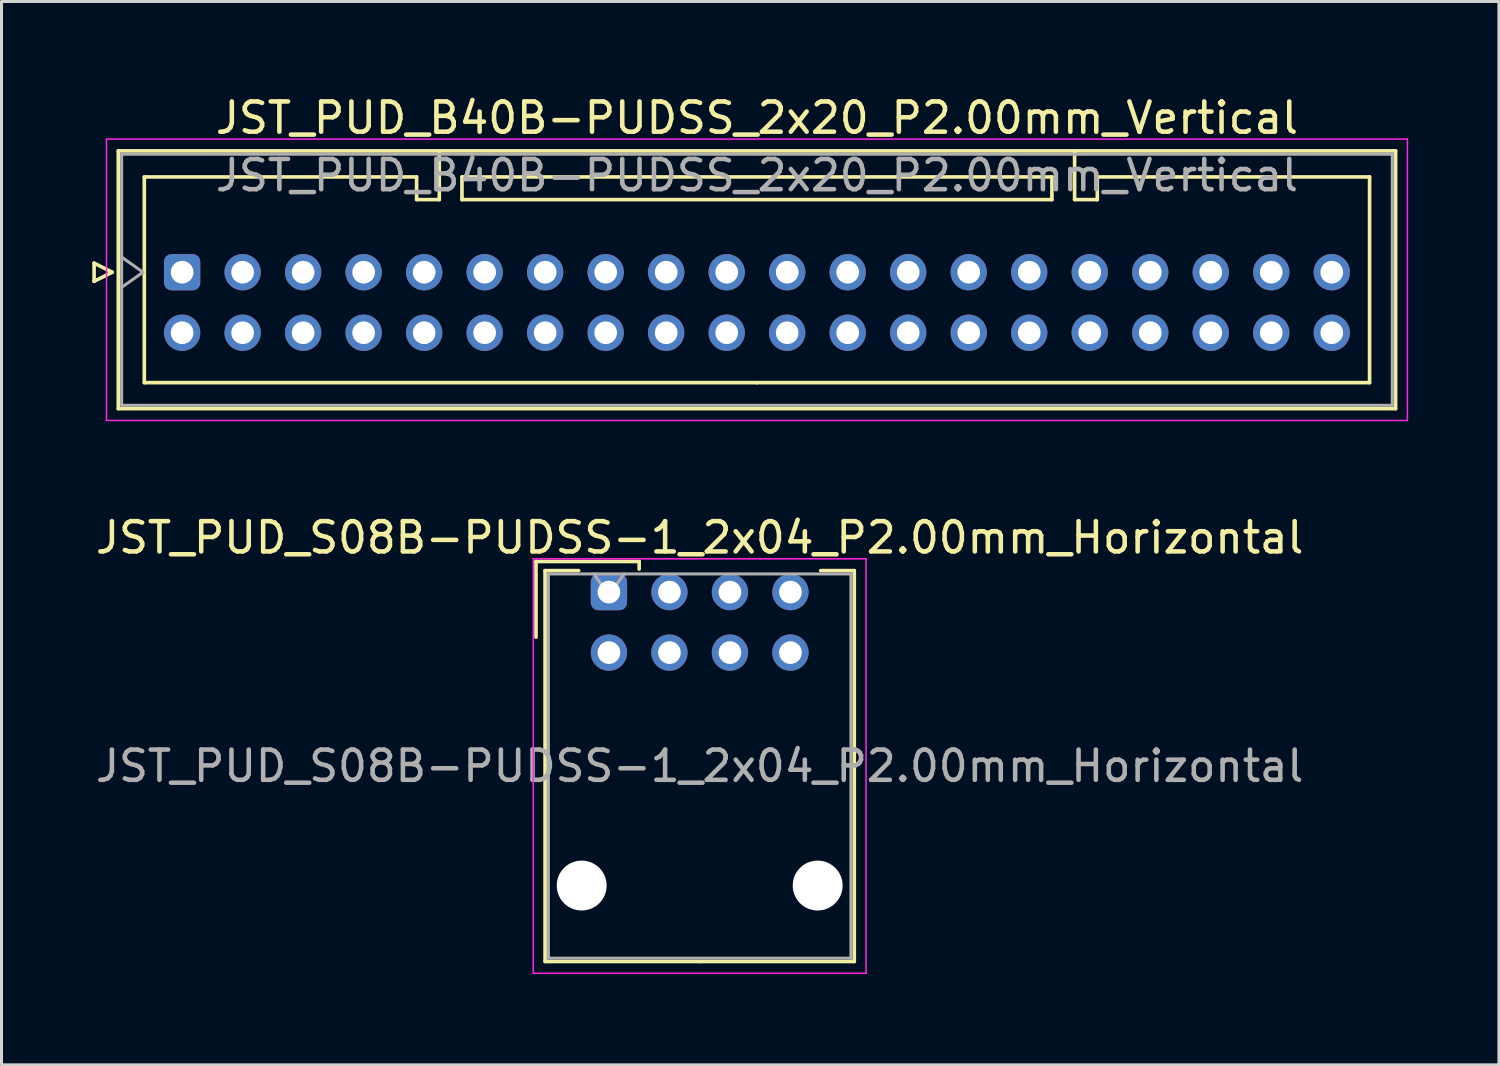
<source format=kicad_pcb>
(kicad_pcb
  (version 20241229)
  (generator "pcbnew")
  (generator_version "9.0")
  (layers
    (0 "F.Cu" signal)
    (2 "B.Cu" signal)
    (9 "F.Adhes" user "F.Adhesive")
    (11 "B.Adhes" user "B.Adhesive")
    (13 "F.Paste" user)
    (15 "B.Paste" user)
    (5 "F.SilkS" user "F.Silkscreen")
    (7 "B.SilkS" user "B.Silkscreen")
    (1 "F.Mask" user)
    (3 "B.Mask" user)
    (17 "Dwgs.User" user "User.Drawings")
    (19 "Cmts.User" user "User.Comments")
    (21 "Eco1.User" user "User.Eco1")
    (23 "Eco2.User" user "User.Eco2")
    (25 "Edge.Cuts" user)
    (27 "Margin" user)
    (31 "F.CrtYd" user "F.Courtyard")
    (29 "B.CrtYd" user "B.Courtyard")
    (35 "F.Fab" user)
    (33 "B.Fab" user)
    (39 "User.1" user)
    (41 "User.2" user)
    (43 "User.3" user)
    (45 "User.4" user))
  (footprint "JST_PUD_B40B-PUDSS_2x20_P2.00mm_Vertical"
    (layer "F.Cu")
    (at 2.97 5.948)
    (property "Reference" "JST_PUD_B40B-PUDSS_2x20_P2.00mm_Vertical" (at 19 -5.1 0) (layer "F.SilkS") (effects (font (size 1 1) (thickness 0.15))))
    (attr through_hole)
    (fp_line (start -2.91 -0.3) (end -2.31 0) (stroke (width 0.12) (type solid)) (layer "F.SilkS"))
    (fp_line (start -2.91 0.3) (end -2.91 -0.3) (stroke (width 0.12) (type solid)) (layer "F.SilkS"))
    (fp_line (start -2.31 0) (end -2.91 0.3) (stroke (width 0.12) (type solid)) (layer "F.SilkS"))
    (fp_line (start -2.11 -4.01) (end -2.11 4.51) (stroke (width 0.12) (type solid)) (layer "F.SilkS"))
    (fp_line (start -2.11 4.51) (end 40.11 4.51) (stroke (width 0.12) (type solid)) (layer "F.SilkS"))
    (fp_line (start -1.25 -3.15) (end -1.25 3.65) (stroke (width 0.12) (type solid)) (layer "F.SilkS"))
    (fp_line (start -1.25 3.65) (end 19 3.65) (stroke (width 0.12) (type solid)) (layer "F.SilkS"))
    (fp_line (start 7.75 -3.15) (end -1.25 -3.15) (stroke (width 0.12) (type solid)) (layer "F.SilkS"))
    (fp_line (start 7.75 -2.4) (end 7.75 -3.15) (stroke (width 0.12) (type solid)) (layer "F.SilkS"))
    (fp_line (start 8.5 -4.01) (end 8.5 -2.4) (stroke (width 0.12) (type solid)) (layer "F.SilkS"))
    (fp_line (start 8.5 -2.4) (end 7.75 -2.4) (stroke (width 0.12) (type solid)) (layer "F.SilkS"))
    (fp_line (start 9.25 -3.15) (end 9.25 -2.4) (stroke (width 0.12) (type solid)) (layer "F.SilkS"))
    (fp_line (start 9.25 -2.4) (end 28.75 -2.4) (stroke (width 0.12) (type solid)) (layer "F.SilkS"))
    (fp_line (start 28.75 -3.15) (end 9.25 -3.15) (stroke (width 0.12) (type solid)) (layer "F.SilkS"))
    (fp_line (start 28.75 -2.4) (end 28.75 -3.15) (stroke (width 0.12) (type solid)) (layer "F.SilkS"))
    (fp_line (start 29.5 -4.01) (end 29.5 -2.4) (stroke (width 0.12) (type solid)) (layer "F.SilkS"))
    (fp_line (start 29.5 -2.4) (end 30.25 -2.4) (stroke (width 0.12) (type solid)) (layer "F.SilkS"))
    (fp_line (start 30.25 -3.15) (end 39.25 -3.15) (stroke (width 0.12) (type solid)) (layer "F.SilkS"))
    (fp_line (start 30.25 -2.4) (end 30.25 -3.15) (stroke (width 0.12) (type solid)) (layer "F.SilkS"))
    (fp_line (start 39.25 -3.15) (end 39.25 3.65) (stroke (width 0.12) (type solid)) (layer "F.SilkS"))
    (fp_line (start 39.25 3.65) (end 19 3.65) (stroke (width 0.12) (type solid)) (layer "F.SilkS"))
    (fp_line (start 40.11 -4.01) (end -2.11 -4.01) (stroke (width 0.12) (type solid)) (layer "F.SilkS"))
    (fp_line (start 40.11 4.51) (end 40.11 -4.01) (stroke (width 0.12) (type solid)) (layer "F.SilkS"))
    (fp_line (start -2.5 -4.4) (end -2.5 4.9) (stroke (width 0.05) (type solid)) (layer "F.CrtYd"))
    (fp_line (start -2.5 4.9) (end 40.5 4.9) (stroke (width 0.05) (type solid)) (layer "F.CrtYd"))
    (fp_line (start 40.5 -4.4) (end -2.5 -4.4) (stroke (width 0.05) (type solid)) (layer "F.CrtYd"))
    (fp_line (start 40.5 4.9) (end 40.5 -4.4) (stroke (width 0.05) (type solid)) (layer "F.CrtYd"))
    (fp_line (start -2 -3.9) (end -2 4.4) (stroke (width 0.1) (type solid)) (layer "F.Fab"))
    (fp_line (start -2 0.5) (end -1.293 0) (stroke (width 0.1) (type solid)) (layer "F.Fab"))
    (fp_line (start -2 4.4) (end 40 4.4) (stroke (width 0.1) (type solid)) (layer "F.Fab"))
    (fp_line (start -1.293 0) (end -2 -0.5) (stroke (width 0.1) (type solid)) (layer "F.Fab"))
    (fp_line (start 40 -3.9) (end -2 -3.9) (stroke (width 0.1) (type solid)) (layer "F.Fab"))
    (fp_line (start 40 4.4) (end 40 -3.9) (stroke (width 0.1) (type solid)) (layer "F.Fab"))
    (fp_text user "${REFERENCE}" (at 19 -3.2 0) (layer "F.Fab") (effects (font (size 1 1) (thickness 0.15))))
    (pad "1" thru_hole roundrect (at 0 0) (size 1.2 1.2) (drill 0.75) (layers "*.Cu" "*.Mask") (roundrect_rratio 0.208))
    (pad "2" thru_hole circle (at 0 2) (size 1.2 1.2) (drill 0.75) (layers "*.Cu" "*.Mask"))
    (pad "3" thru_hole circle (at 2 0) (size 1.2 1.2) (drill 0.75) (layers "*.Cu" "*.Mask"))
    (pad "4" thru_hole circle (at 2 2) (size 1.2 1.2) (drill 0.75) (layers "*.Cu" "*.Mask"))
    (pad "5" thru_hole circle (at 4 0) (size 1.2 1.2) (drill 0.75) (layers "*.Cu" "*.Mask"))
    (pad "6" thru_hole circle (at 4 2) (size 1.2 1.2) (drill 0.75) (layers "*.Cu" "*.Mask"))
    (pad "7" thru_hole circle (at 6 0) (size 1.2 1.2) (drill 0.75) (layers "*.Cu" "*.Mask"))
    (pad "8" thru_hole circle (at 6 2) (size 1.2 1.2) (drill 0.75) (layers "*.Cu" "*.Mask"))
    (pad "9" thru_hole circle (at 8 0) (size 1.2 1.2) (drill 0.75) (layers "*.Cu" "*.Mask"))
    (pad "10" thru_hole circle (at 8 2) (size 1.2 1.2) (drill 0.75) (layers "*.Cu" "*.Mask"))
    (pad "11" thru_hole circle (at 10 0) (size 1.2 1.2) (drill 0.75) (layers "*.Cu" "*.Mask"))
    (pad "12" thru_hole circle (at 10 2) (size 1.2 1.2) (drill 0.75) (layers "*.Cu" "*.Mask"))
    (pad "13" thru_hole circle (at 12 0) (size 1.2 1.2) (drill 0.75) (layers "*.Cu" "*.Mask"))
    (pad "14" thru_hole circle (at 12 2) (size 1.2 1.2) (drill 0.75) (layers "*.Cu" "*.Mask"))
    (pad "15" thru_hole circle (at 14 0) (size 1.2 1.2) (drill 0.75) (layers "*.Cu" "*.Mask"))
    (pad "16" thru_hole circle (at 14 2) (size 1.2 1.2) (drill 0.75) (layers "*.Cu" "*.Mask"))
    (pad "17" thru_hole circle (at 16 0) (size 1.2 1.2) (drill 0.75) (layers "*.Cu" "*.Mask"))
    (pad "18" thru_hole circle (at 16 2) (size 1.2 1.2) (drill 0.75) (layers "*.Cu" "*.Mask"))
    (pad "19" thru_hole circle (at 18 0) (size 1.2 1.2) (drill 0.75) (layers "*.Cu" "*.Mask"))
    (pad "20" thru_hole circle (at 18 2) (size 1.2 1.2) (drill 0.75) (layers "*.Cu" "*.Mask"))
    (pad "21" thru_hole circle (at 20 0) (size 1.2 1.2) (drill 0.75) (layers "*.Cu" "*.Mask"))
    (pad "22" thru_hole circle (at 20 2) (size 1.2 1.2) (drill 0.75) (layers "*.Cu" "*.Mask"))
    (pad "23" thru_hole circle (at 22 0) (size 1.2 1.2) (drill 0.75) (layers "*.Cu" "*.Mask"))
    (pad "24" thru_hole circle (at 22 2) (size 1.2 1.2) (drill 0.75) (layers "*.Cu" "*.Mask"))
    (pad "25" thru_hole circle (at 24 0) (size 1.2 1.2) (drill 0.75) (layers "*.Cu" "*.Mask"))
    (pad "26" thru_hole circle (at 24 2) (size 1.2 1.2) (drill 0.75) (layers "*.Cu" "*.Mask"))
    (pad "27" thru_hole circle (at 26 0) (size 1.2 1.2) (drill 0.75) (layers "*.Cu" "*.Mask"))
    (pad "28" thru_hole circle (at 26 2) (size 1.2 1.2) (drill 0.75) (layers "*.Cu" "*.Mask"))
    (pad "29" thru_hole circle (at 28 0) (size 1.2 1.2) (drill 0.75) (layers "*.Cu" "*.Mask"))
    (pad "30" thru_hole circle (at 28 2) (size 1.2 1.2) (drill 0.75) (layers "*.Cu" "*.Mask"))
    (pad "31" thru_hole circle (at 30 0) (size 1.2 1.2) (drill 0.75) (layers "*.Cu" "*.Mask"))
    (pad "32" thru_hole circle (at 30 2) (size 1.2 1.2) (drill 0.75) (layers "*.Cu" "*.Mask"))
    (pad "33" thru_hole circle (at 32 0) (size 1.2 1.2) (drill 0.75) (layers "*.Cu" "*.Mask"))
    (pad "34" thru_hole circle (at 32 2) (size 1.2 1.2) (drill 0.75) (layers "*.Cu" "*.Mask"))
    (pad "35" thru_hole circle (at 34 0) (size 1.2 1.2) (drill 0.75) (layers "*.Cu" "*.Mask"))
    (pad "36" thru_hole circle (at 34 2) (size 1.2 1.2) (drill 0.75) (layers "*.Cu" "*.Mask"))
    (pad "37" thru_hole circle (at 36 0) (size 1.2 1.2) (drill 0.75) (layers "*.Cu" "*.Mask"))
    (pad "38" thru_hole circle (at 36 2) (size 1.2 1.2) (drill 0.75) (layers "*.Cu" "*.Mask"))
    (pad "39" thru_hole circle (at 38 0) (size 1.2 1.2) (drill 0.75) (layers "*.Cu" "*.Mask"))
    (pad "40" thru_hole circle (at 38 2) (size 1.2 1.2) (drill 0.75) (layers "*.Cu" "*.Mask")))
  (footprint "JST_PUD_S08B-PUDSS-1_2x04_P2.00mm_Horizontal"
    (layer "F.Cu")
    (at 17.077 16.521)
    (property "Reference" "JST_PUD_S08B-PUDSS-1_2x04_P2.00mm_Horizontal" (at 3 -1.8 0) (layer "F.SilkS") (effects (font (size 1 1) (thickness 0.15))))
    (attr through_hole)
    (fp_line (start -2.41 -1.01) (end -2.41 1.49) (stroke (width 0.12) (type solid)) (layer "F.SilkS"))
    (fp_line (start -2.11 -0.71) (end -2.11 12.21) (stroke (width 0.12) (type solid)) (layer "F.SilkS"))
    (fp_line (start -2.11 12.21) (end 3 12.21) (stroke (width 0.12) (type solid)) (layer "F.SilkS"))
    (fp_line (start -1 -0.71) (end -2.11 -0.71) (stroke (width 0.12) (type solid)) (layer "F.SilkS"))
    (fp_line (start 1 -1.01) (end -2.41 -1.01) (stroke (width 0.12) (type solid)) (layer "F.SilkS"))
    (fp_line (start 1 -0.76) (end 1 -1.01) (stroke (width 0.12) (type solid)) (layer "F.SilkS"))
    (fp_line (start 7 -0.71) (end 8.11 -0.71) (stroke (width 0.12) (type solid)) (layer "F.SilkS"))
    (fp_line (start 8.11 -0.71) (end 8.11 12.21) (stroke (width 0.12) (type solid)) (layer "F.SilkS"))
    (fp_line (start 8.11 12.21) (end 3 12.21) (stroke (width 0.12) (type solid)) (layer "F.SilkS"))
    (fp_line (start -2.5 -1.1) (end -2.5 12.6) (stroke (width 0.05) (type solid)) (layer "F.CrtYd"))
    (fp_line (start -2.5 12.6) (end 8.5 12.6) (stroke (width 0.05) (type solid)) (layer "F.CrtYd"))
    (fp_line (start 8.5 -1.1) (end -2.5 -1.1) (stroke (width 0.05) (type solid)) (layer "F.CrtYd"))
    (fp_line (start 8.5 12.6) (end 8.5 -1.1) (stroke (width 0.05) (type solid)) (layer "F.CrtYd"))
    (fp_line (start -2 -0.6) (end -2 12.1) (stroke (width 0.1) (type solid)) (layer "F.Fab"))
    (fp_line (start -2 12.1) (end 8 12.1) (stroke (width 0.1) (type solid)) (layer "F.Fab"))
    (fp_line (start 0 0.107) (end -0.5 -0.6) (stroke (width 0.1) (type solid)) (layer "F.Fab"))
    (fp_line (start 0.5 -0.6) (end 0 0.107) (stroke (width 0.1) (type solid)) (layer "F.Fab"))
    (fp_line (start 8 -0.6) (end -2 -0.6) (stroke (width 0.1) (type solid)) (layer "F.Fab"))
    (fp_line (start 8 12.1) (end 8 -0.6) (stroke (width 0.1) (type solid)) (layer "F.Fab"))
    (fp_text user "${REFERENCE}" (at 3 5.75 0) (layer "F.Fab") (effects (font (size 1 1) (thickness 0.15))))
    (pad "" np_thru_hole circle (at -0.9 9.7) (size 1.65 1.65) (drill 1.65) (layers "*.Cu" "*.Mask"))
    (pad "" np_thru_hole circle (at 6.9 9.7) (size 1.65 1.65) (drill 1.65) (layers "*.Cu" "*.Mask"))
    (pad "1" thru_hole roundrect (at 0 0) (size 1.2 1.2) (drill 0.75) (layers "*.Cu" "*.Mask") (roundrect_rratio 0.208))
    (pad "2" thru_hole circle (at 0 2) (size 1.2 1.2) (drill 0.75) (layers "*.Cu" "*.Mask"))
    (pad "3" thru_hole circle (at 2 0) (size 1.2 1.2) (drill 0.75) (layers "*.Cu" "*.Mask"))
    (pad "4" thru_hole circle (at 2 2) (size 1.2 1.2) (drill 0.75) (layers "*.Cu" "*.Mask"))
    (pad "5" thru_hole circle (at 4 0) (size 1.2 1.2) (drill 0.75) (layers "*.Cu" "*.Mask"))
    (pad "6" thru_hole circle (at 4 2) (size 1.2 1.2) (drill 0.75) (layers "*.Cu" "*.Mask"))
    (pad "7" thru_hole circle (at 6 0) (size 1.2 1.2) (drill 0.75) (layers "*.Cu" "*.Mask"))
    (pad "8" thru_hole circle (at 6 2) (size 1.2 1.2) (drill 0.75) (layers "*.Cu" "*.Mask")))
  (gr_rect
    (start -3 -3)
    (end 46.495 32.147)
    (stroke (width 0.1) (type default))
    (fill no)
    (layer "Edge.Cuts")))
</source>
